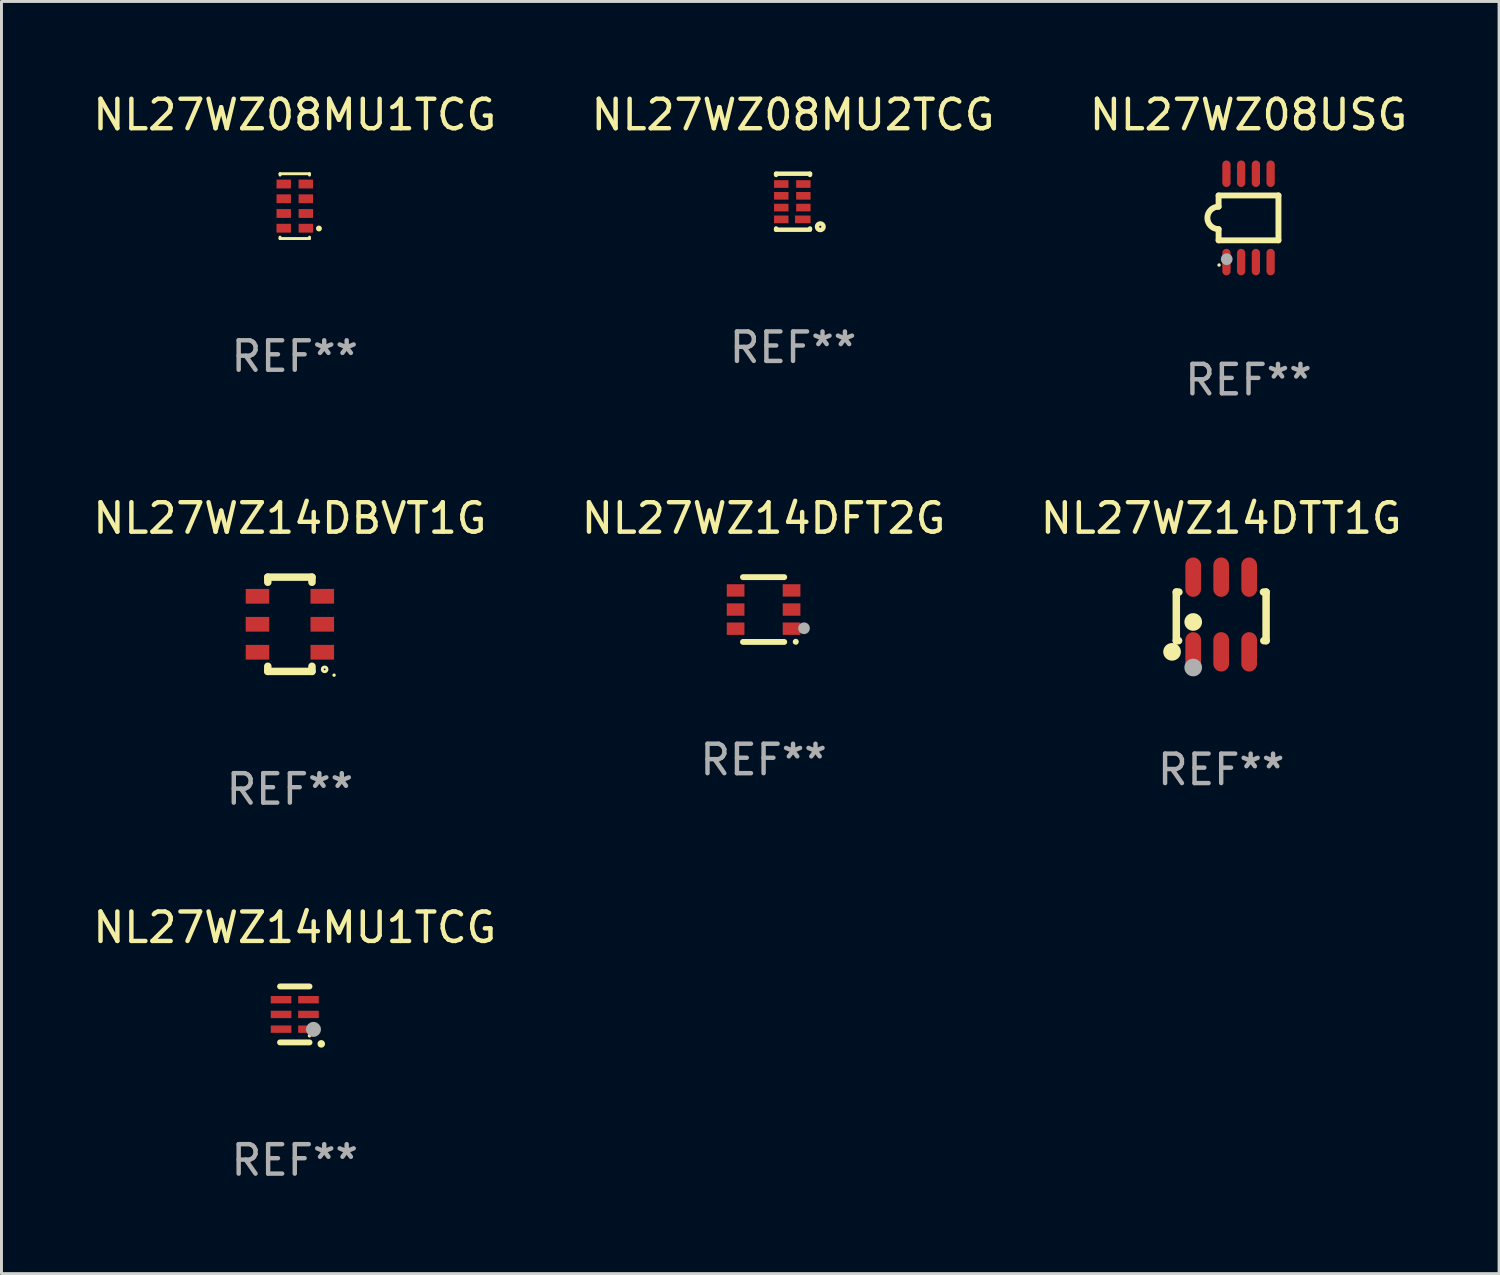
<source format=kicad_pcb>
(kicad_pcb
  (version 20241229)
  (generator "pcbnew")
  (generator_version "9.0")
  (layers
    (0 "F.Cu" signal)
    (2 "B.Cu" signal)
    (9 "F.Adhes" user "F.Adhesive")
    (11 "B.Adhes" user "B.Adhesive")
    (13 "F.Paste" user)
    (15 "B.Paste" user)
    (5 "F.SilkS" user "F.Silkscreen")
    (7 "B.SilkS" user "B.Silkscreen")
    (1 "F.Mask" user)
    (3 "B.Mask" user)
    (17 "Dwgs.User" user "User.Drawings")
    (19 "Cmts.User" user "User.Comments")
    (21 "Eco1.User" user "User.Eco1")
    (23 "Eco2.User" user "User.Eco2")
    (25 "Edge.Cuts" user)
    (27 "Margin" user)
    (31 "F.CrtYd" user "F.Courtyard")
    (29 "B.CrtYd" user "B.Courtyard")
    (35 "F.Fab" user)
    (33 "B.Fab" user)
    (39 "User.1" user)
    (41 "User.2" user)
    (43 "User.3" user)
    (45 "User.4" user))
  (footprint "NL27WZ14MU1TCG"
    (layer "F.Cu")
    (at 6.958 31.391)
    (property "Reference" "NL27WZ14MU1TCG" (at 0 -2.95 0) (layer "F.SilkS") (effects (font (size 1 1) (thickness 0.15))))
    (attr through_hole)
    (fp_line (start 0.5 -0.95) (end -0.5 -0.95) (stroke (width 0.2) (type solid)) (layer "F.SilkS"))
    (fp_line (start 0.5 0.95) (end -0.5 0.95) (stroke (width 0.2) (type solid)) (layer "F.SilkS"))
    (fp_arc (start 0.899162 1.000762) (mid 0.899154 0.999492) (end 0.899162 0.998222) (stroke (width 0.254001) (type solid)) (layer "F.SilkS"))
    (fp_circle (center 0.5 0.725) (end 0.53 0.725) (stroke (width 0.06) (type solid)) (fill no) (layer "F.SilkS"))
    (fp_circle (center 0.635 0.508) (end 0.762 0.508) (stroke (width 0.254) (type solid)) (fill no) (layer "F.Fab"))
    (fp_text user "REF**" (at 0 4.95 0) (layer "F.Fab") (effects (font (size 1 1) (thickness 0.15))))
    (pad "1" smd rect (at 0.465 0.5 90) (size 0.25 0.7) (layers "F.Cu" "F.Mask" "F.Paste"))
    (pad "2" smd rect (at 0.465 0.000127 90) (size 0.25 0.7) (layers "F.Cu" "F.Mask" "F.Paste"))
    (pad "3" smd rect (at 0.465 -0.5 90) (size 0.25 0.7) (layers "F.Cu" "F.Mask" "F.Paste"))
    (pad "4" smd rect (at -0.465 -0.5 270) (size 0.25 0.7) (layers "F.Cu" "F.Mask" "F.Paste"))
    (pad "5" smd rect (at -0.465 0.000127 270) (size 0.25 0.7) (layers "F.Cu" "F.Mask" "F.Paste"))
    (pad "6" smd rect (at -0.465 0.5 270) (size 0.25 0.7) (layers "F.Cu" "F.Mask" "F.Paste")))
  (footprint "NL27WZ14DTT1G"
    (layer "F.Cu")
    (at 38.411 17.813)
    (property "Reference" "NL27WZ14DTT1G" (at 0 -3.268 0) (layer "F.SilkS") (effects (font (size 1 1) (thickness 0.15))))
    (attr through_hole)
    (fp_line (start -1.524 -0.762) (end -1.524 0.889) (stroke (width 0.254) (type solid)) (layer "F.SilkS"))
    (fp_line (start -1.524 0.889) (end -1.447 0.889) (stroke (width 0.254) (type solid)) (layer "F.SilkS"))
    (fp_line (start -1.436 -0.762) (end -1.524 -0.762) (stroke (width 0.254) (type solid)) (layer "F.SilkS"))
    (fp_line (start 1.447 0.889) (end 1.524 0.889) (stroke (width 0.254) (type solid)) (layer "F.SilkS"))
    (fp_line (start 1.524 -0.762) (end 1.436 -0.762) (stroke (width 0.254) (type solid)) (layer "F.SilkS"))
    (fp_line (start 1.524 0.889) (end 1.524 -0.762) (stroke (width 0.254) (type solid)) (layer "F.SilkS"))
    (fp_circle (center -1.668 1.268) (end -1.518 1.268) (stroke (width 0.3) (type solid)) (fill no) (layer "F.SilkS"))
    (fp_circle (center -1.5 1.375) (end -1.47 1.375) (stroke (width 0.06) (type solid)) (fill no) (layer "F.SilkS"))
    (fp_circle (center -0.95 0.254) (end -0.8 0.254) (stroke (width 0.3) (type solid)) (fill no) (layer "F.SilkS"))
    (fp_circle (center -0.95 1.8) (end -0.8 1.8) (stroke (width 0.3) (type solid)) (fill no) (layer "F.Fab"))
    (fp_text user "REF**" (at 0 5.268 0) (layer "F.Fab") (effects (font (size 1 1) (thickness 0.15))))
    (pad "1" smd oval (at -0.95 1.268) (size 0.532 1.336) (layers "F.Cu" "F.Mask" "F.Paste"))
    (pad "2" smd oval (at 0 1.268) (size 0.532 1.336) (layers "F.Cu" "F.Mask" "F.Paste"))
    (pad "3" smd oval (at 0.95 1.268) (size 0.532 1.336) (layers "F.Cu" "F.Mask" "F.Paste"))
    (pad "4" smd oval (at 0.95 -1.268) (size 0.532 1.336) (layers "F.Cu" "F.Mask" "F.Paste"))
    (pad "5" smd oval (at 0 -1.268) (size 0.532 1.336) (layers "F.Cu" "F.Mask" "F.Paste"))
    (pad "6" smd oval (at -0.95 -1.268) (size 0.532 1.336) (layers "F.Cu" "F.Mask" "F.Paste")))
  (footprint "NL27WZ14DBVT1G"
    (layer "F.Cu")
    (at 6.792 18.145)
    (property "Reference" "NL27WZ14DBVT1G" (at 0 -3.6 0) (layer "F.SilkS") (effects (font (size 1 1) (thickness 0.15))))
    (attr through_hole)
    (fp_line (start -0.75 -1.6) (end -0.75 -1.426) (stroke (width 0.254) (type solid)) (layer "F.SilkS"))
    (fp_line (start -0.75 -1.6) (end 0.75 -1.6) (stroke (width 0.254) (type solid)) (layer "F.SilkS"))
    (fp_line (start -0.75 1.426) (end -0.75 1.6) (stroke (width 0.254) (type solid)) (layer "F.SilkS"))
    (fp_line (start -0.75 1.6) (end 0.75 1.6) (stroke (width 0.254) (type solid)) (layer "F.SilkS"))
    (fp_line (start 0.75 -1.6) (end 0.75 -1.426) (stroke (width 0.254) (type solid)) (layer "F.SilkS"))
    (fp_line (start 0.75 1.426) (end 0.75 1.6) (stroke (width 0.254) (type solid)) (layer "F.SilkS"))
    (fp_circle (center 1.18 1.53) (end 1.26 1.53) (stroke (width 0.1) (type solid)) (fill no) (layer "F.SilkS"))
    (fp_circle (center 1.5 1.727) (end 1.53 1.727) (stroke (width 0.06) (type solid)) (fill no) (layer "F.SilkS"))
    (fp_text user "REF**" (at 0 5.6 0) (layer "F.Fab") (effects (font (size 1 1) (thickness 0.15))))
    (pad "1" smd rect (at 1.1 0.95 90) (size 0.5 0.8) (layers "F.Cu" "F.Mask" "F.Paste"))
    (pad "2" smd rect (at 1.1 0 90) (size 0.5 0.8) (layers "F.Cu" "F.Mask" "F.Paste"))
    (pad "3" smd rect (at 1.1 -0.95 90) (size 0.5 0.8) (layers "F.Cu" "F.Mask" "F.Paste"))
    (pad "4" smd rect (at -1.1 -0.95 90) (size 0.5 0.8) (layers "F.Cu" "F.Mask" "F.Paste"))
    (pad "5" smd rect (at -1.1 0 90) (size 0.5 0.8) (layers "F.Cu" "F.Mask" "F.Paste"))
    (pad "6" smd rect (at -1.1 0.95 90) (size 0.5 0.8) (layers "F.Cu" "F.Mask" "F.Paste")))
  (footprint "NL27WZ08MU1TCG"
    (layer "F.Cu")
    (at 6.958 3.948)
    (property "Reference" "NL27WZ08MU1TCG" (at 0 -3.1 0) (layer "F.SilkS") (effects (font (size 1 1) (thickness 0.15))))
    (attr through_hole)
    (fp_line (start -0.5 -1.1) (end 0.5 -1.1) (stroke (width 0.1) (type solid)) (layer "F.SilkS"))
    (fp_line (start -0.5 -1.054) (end -0.5 -1.1) (stroke (width 0.1) (type solid)) (layer "F.SilkS"))
    (fp_line (start -0.5 1.1) (end -0.5 1.054) (stroke (width 0.1) (type solid)) (layer "F.SilkS"))
    (fp_line (start 0.5 -1.054) (end 0.5 -1.1) (stroke (width 0.1) (type solid)) (layer "F.SilkS"))
    (fp_line (start 0.5 1.1) (end -0.5 1.1) (stroke (width 0.1) (type solid)) (layer "F.SilkS"))
    (fp_line (start 0.5 1.1) (end 0.5 1.054) (stroke (width 0.1) (type solid)) (layer "F.SilkS"))
    (fp_circle (center 0.82 0.76) (end 0.87 0.76) (stroke (width 0.1) (type solid)) (fill no) (layer "F.SilkS"))
    (fp_text user "REF**" (at 0 5.1 0) (layer "F.Fab") (effects (font (size 1 1) (thickness 0.15))))
    (pad "1" smd rect (at 0.375 0.75 90) (size 0.3 0.49) (layers "F.Cu" "F.Mask" "F.Paste"))
    (pad "2" smd rect (at 0.375 0.25 90) (size 0.3 0.49) (layers "F.Cu" "F.Mask" "F.Paste"))
    (pad "3" smd rect (at 0.375 -0.25 90) (size 0.3 0.49) (layers "F.Cu" "F.Mask" "F.Paste"))
    (pad "4" smd rect (at 0.375 -0.75 90) (size 0.3 0.49) (layers "F.Cu" "F.Mask" "F.Paste"))
    (pad "5" smd rect (at -0.375 -0.75 90) (size 0.3 0.49) (layers "F.Cu" "F.Mask" "F.Paste"))
    (pad "6" smd rect (at -0.375 -0.25 90) (size 0.3 0.49) (layers "F.Cu" "F.Mask" "F.Paste"))
    (pad "7" smd rect (at -0.375 0.25 90) (size 0.3 0.49) (layers "F.Cu" "F.Mask" "F.Paste"))
    (pad "8" smd rect (at -0.375 0.75 90) (size 0.3 0.49) (layers "F.Cu" "F.Mask" "F.Paste")))
  (footprint "NL27WZ08USG"
    (layer "F.Cu")
    (at 39.339 4.348)
    (property "Reference" "NL27WZ08USG" (at 0 -3.5 0) (layer "F.SilkS") (effects (font (size 1 1) (thickness 0.15))))
    (attr through_hole)
    (fp_line (start -1.016 -0.762) (end 1.016 -0.762) (stroke (width 0.2) (type solid)) (layer "F.SilkS"))
    (fp_line (start -1.016 -0.381) (end -1.016 -0.762) (stroke (width 0.2) (type solid)) (layer "F.SilkS"))
    (fp_line (start -1.016 0.762) (end -1.016 0.381) (stroke (width 0.2) (type solid)) (layer "F.SilkS"))
    (fp_line (start 1.016 -0.762) (end 1.016 0.762) (stroke (width 0.2) (type solid)) (layer "F.SilkS"))
    (fp_line (start 1.016 0.762) (end -1.016 0.762) (stroke (width 0.2) (type solid)) (layer "F.SilkS"))
    (fp_arc (start -1.016002 0.381001) (mid -1.396698 -0.000025) (end -1.016002 -0.381051) (stroke (width 0.2) (type solid)) (layer "F.SilkS"))
    (fp_circle (center -1 1.6) (end -0.97 1.6) (stroke (width 0.06) (type solid)) (fill no) (layer "F.SilkS"))
    (fp_circle (center -0.74 1.402) (end -0.64 1.402) (stroke (width 0.2) (type solid)) (fill no) (layer "F.Fab"))
    (fp_text user "REF**" (at 0 5.5 0) (layer "F.Fab") (effects (font (size 1 1) (thickness 0.15))))
    (pad "1" smd oval (at -0.75 1.5) (size 0.28 0.9) (layers "F.Cu" "F.Mask" "F.Paste"))
    (pad "2" smd oval (at -0.25 1.5) (size 0.28 0.9) (layers "F.Cu" "F.Mask" "F.Paste"))
    (pad "3" smd oval (at 0.25 1.5) (size 0.28 0.9) (layers "F.Cu" "F.Mask" "F.Paste"))
    (pad "4" smd oval (at 0.75 1.5) (size 0.28 0.9) (layers "F.Cu" "F.Mask" "F.Paste"))
    (pad "5" smd oval (at 0.75 -1.5) (size 0.28 0.9) (layers "F.Cu" "F.Mask" "F.Paste"))
    (pad "6" smd oval (at 0.25 -1.5) (size 0.28 0.9) (layers "F.Cu" "F.Mask" "F.Paste"))
    (pad "7" smd oval (at -0.25 -1.5) (size 0.28 0.9) (layers "F.Cu" "F.Mask" "F.Paste"))
    (pad "8" smd oval (at -0.75 -1.5) (size 0.28 0.9) (layers "F.Cu" "F.Mask" "F.Paste")))
  (footprint "NL27WZ14DFT2G"
    (layer "F.Cu")
    (at 22.875 17.645)
    (property "Reference" "NL27WZ14DFT2G" (at 0 -3.1 0) (layer "F.SilkS") (effects (font (size 1 1) (thickness 0.15))))
    (attr through_hole)
    (fp_line (start -0.7 -1.1) (end 0.7 -1.1) (stroke (width 0.2) (type solid)) (layer "F.SilkS"))
    (fp_line (start -0.7 1.1) (end 0.7 1.1) (stroke (width 0.2) (type solid)) (layer "F.SilkS"))
    (fp_arc (start 1.090932 1.094209) (mid 1.092202 1.094203) (end 1.093472 1.094209) (stroke (width 0.2) (type solid)) (layer "F.SilkS"))
    (fp_circle (center 1.053 1.1) (end 1.083 1.1) (stroke (width 0.06) (type solid)) (fill no) (layer "F.SilkS"))
    (fp_circle (center 1.372 0.635) (end 1.472 0.635) (stroke (width 0.2) (type solid)) (fill no) (layer "F.Fab"))
    (fp_text user "REF**" (at 0 5.1 0) (layer "F.Fab") (effects (font (size 1 1) (thickness 0.15))))
    (pad "1" smd rect (at 0.95 0.65 90) (size 0.42 0.6) (layers "F.Cu" "F.Mask" "F.Paste"))
    (pad "2" smd rect (at 0.95 0 90) (size 0.42 0.6) (layers "F.Cu" "F.Mask" "F.Paste"))
    (pad "3" smd rect (at 0.95 -0.65 90) (size 0.42 0.6) (layers "F.Cu" "F.Mask" "F.Paste"))
    (pad "4" smd rect (at -0.95 -0.65 270) (size 0.42 0.6) (layers "F.Cu" "F.Mask" "F.Paste"))
    (pad "5" smd rect (at -0.95 0 270) (size 0.42 0.6) (layers "F.Cu" "F.Mask" "F.Paste"))
    (pad "6" smd rect (at -0.95 0.65 270) (size 0.42 0.6) (layers "F.Cu" "F.Mask" "F.Paste")))
  (footprint "NL27WZ08MU2TCG"
    (layer "F.Cu")
    (at 23.875 3.798)
    (property "Reference" "NL27WZ08MU2TCG" (at 0 -2.95 0) (layer "F.SilkS") (effects (font (size 1 1) (thickness 0.15))))
    (attr through_hole)
    (fp_line (start -0.575 -0.91) (end -0.575 -0.95) (stroke (width 0.152) (type solid)) (layer "F.SilkS"))
    (fp_line (start -0.575 0.95) (end -0.575 0.91) (stroke (width 0.152) (type solid)) (layer "F.SilkS"))
    (fp_line (start 0.525 0.95) (end -0.575 0.95) (stroke (width 0.152) (type solid)) (layer "F.SilkS"))
    (fp_line (start 0.575 -0.95) (end -0.575 -0.95) (stroke (width 0.152) (type solid)) (layer "F.SilkS"))
    (fp_line (start 0.575 -0.95) (end 0.575 -0.91) (stroke (width 0.152) (type solid)) (layer "F.SilkS"))
    (fp_line (start 0.575 0.91) (end 0.575 0.95) (stroke (width 0.152) (type solid)) (layer "F.SilkS"))
    (fp_circle (center 0.925 0.85) (end 1.037 0.85) (stroke (width 0.152) (type solid)) (fill no) (layer "F.SilkS"))
    (fp_text user "REF**" (at 0 4.95 0) (layer "F.Fab") (effects (font (size 1 1) (thickness 0.15))))
    (pad "1" smd rect (at 0.33 0.6 90) (size 0.26 0.53) (layers "F.Cu" "F.Mask" "F.Paste"))
    (pad "2" smd rect (at 0.35 0.2 90) (size 0.26 0.49) (layers "F.Cu" "F.Mask" "F.Paste"))
    (pad "3" smd rect (at 0.35 -0.2 90) (size 0.26 0.49) (layers "F.Cu" "F.Mask" "F.Paste"))
    (pad "4" smd rect (at 0.35 -0.6 90) (size 0.26 0.49) (layers "F.Cu" "F.Mask" "F.Paste"))
    (pad "5" smd rect (at -0.4 -0.6 90) (size 0.26 0.49) (layers "F.Cu" "F.Mask" "F.Paste"))
    (pad "6" smd rect (at -0.4 -0.2 90) (size 0.26 0.49) (layers "F.Cu" "F.Mask" "F.Paste"))
    (pad "7" smd rect (at -0.4 0.2 90) (size 0.26 0.49) (layers "F.Cu" "F.Mask" "F.Paste"))
    (pad "8" smd rect (at -0.4 0.6 90) (size 0.26 0.49) (layers "F.Cu" "F.Mask" "F.Paste")))
  (gr_rect
    (start -3 -3)
    (end 47.845 40.19)
    (stroke (width 0.1) (type default))
    (fill no)
    (layer "Edge.Cuts")))
</source>
